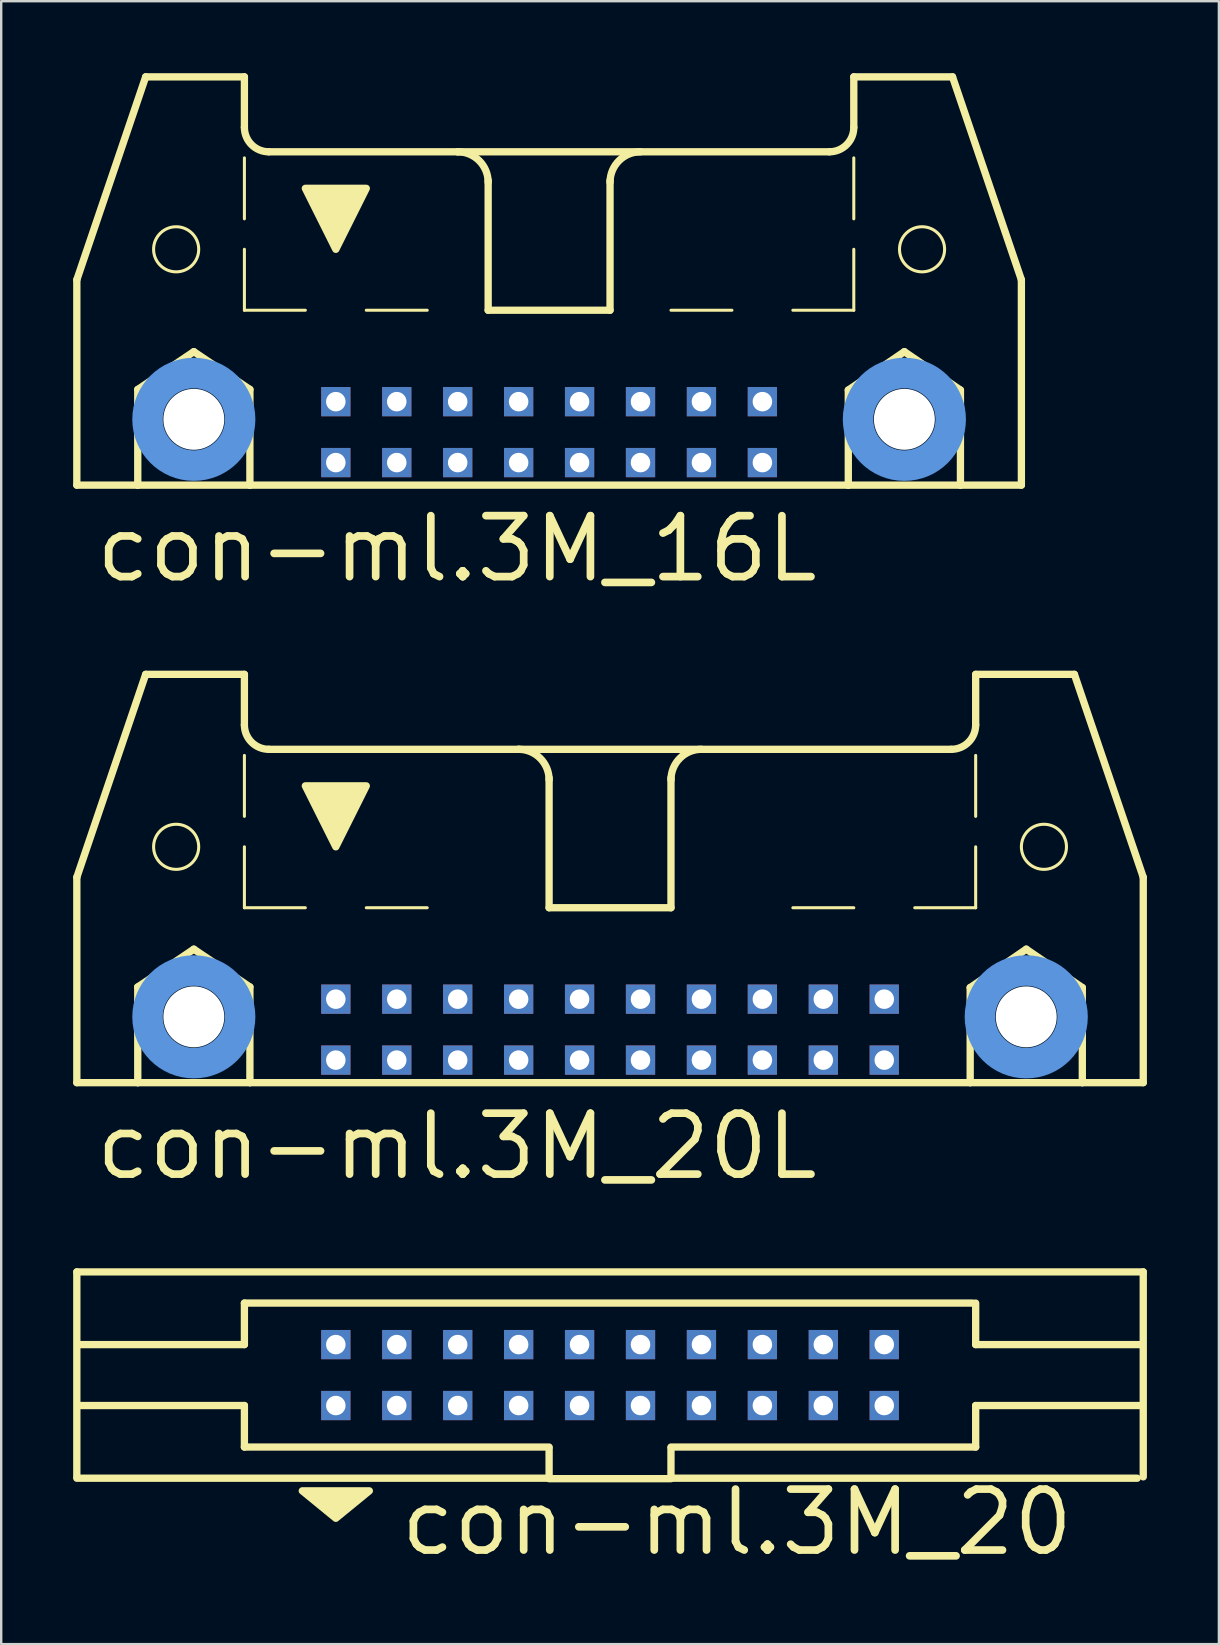
<source format=kicad_pcb>
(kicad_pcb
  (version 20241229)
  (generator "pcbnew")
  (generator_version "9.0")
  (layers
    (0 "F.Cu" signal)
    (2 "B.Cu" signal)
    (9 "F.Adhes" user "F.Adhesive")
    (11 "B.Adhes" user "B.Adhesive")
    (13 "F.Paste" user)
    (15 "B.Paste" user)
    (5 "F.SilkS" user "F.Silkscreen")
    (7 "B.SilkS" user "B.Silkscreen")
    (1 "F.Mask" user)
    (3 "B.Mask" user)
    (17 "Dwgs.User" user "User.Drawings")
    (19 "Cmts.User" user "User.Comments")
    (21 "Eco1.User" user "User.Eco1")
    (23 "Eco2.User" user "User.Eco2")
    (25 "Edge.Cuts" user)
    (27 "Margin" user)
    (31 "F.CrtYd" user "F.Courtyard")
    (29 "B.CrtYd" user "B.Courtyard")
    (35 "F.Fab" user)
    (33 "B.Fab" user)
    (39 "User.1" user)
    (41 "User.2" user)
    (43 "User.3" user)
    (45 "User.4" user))
  (footprint "con-ml.3M_20"
    (layer "F.Cu")
    (at 22.377 54.264)
    (property "Reference" "con-ml.3M_20" (at -8.89 7.62 0) (layer "F.SilkS") (effects (font (size 2.54 2.54) (thickness 0.32)) (justify left bottom)))
    (attr through_hole)
    (fp_line (start -22.225 -4.3) (end -22.225 4.242) (stroke (width 0.305) (type default)) (layer "F.SilkS"))
    (fp_line (start -22.225 4.3) (end -2.54 4.3) (stroke (width 0.305) (type default)) (layer "F.SilkS"))
    (fp_line (start -15.24 -1.27) (end -22.098 -1.27) (stroke (width 0.305) (type default)) (layer "F.SilkS"))
    (fp_line (start -15.24 -1.27) (end -15.24 -3) (stroke (width 0.305) (type default)) (layer "F.SilkS"))
    (fp_line (start -15.24 1.27) (end -22.098 1.27) (stroke (width 0.305) (type default)) (layer "F.SilkS"))
    (fp_line (start -15.24 3) (end -15.24 1.27) (stroke (width 0.305) (type default)) (layer "F.SilkS"))
    (fp_line (start -2.54 3) (end -15.24 3) (stroke (width 0.305) (type default)) (layer "F.SilkS"))
    (fp_line (start -2.54 4.3) (end -2.54 3.048) (stroke (width 0.305) (type default)) (layer "F.SilkS"))
    (fp_line (start -2.54 4.318) (end 2.54 4.318) (stroke (width 0.305) (type default)) (layer "F.SilkS"))
    (fp_line (start 2.54 3.048) (end 2.54 4.3) (stroke (width 0.305) (type default)) (layer "F.SilkS"))
    (fp_line (start 2.54 4.3) (end 21.971 4.3) (stroke (width 0.305) (type default)) (layer "F.SilkS"))
    (fp_line (start 15.113 -3) (end -15.24 -3) (stroke (width 0.305) (type default)) (layer "F.SilkS"))
    (fp_line (start 15.24 -1.27) (end 15.24 -3) (stroke (width 0.305) (type default)) (layer "F.SilkS"))
    (fp_line (start 15.24 -1.27) (end 22.098 -1.27) (stroke (width 0.305) (type default)) (layer "F.SilkS"))
    (fp_line (start 15.24 1.27) (end 22.098 1.27) (stroke (width 0.305) (type default)) (layer "F.SilkS"))
    (fp_line (start 15.24 3) (end 2.54 3) (stroke (width 0.305) (type default)) (layer "F.SilkS"))
    (fp_line (start 15.24 3) (end 15.24 1.27) (stroke (width 0.305) (type default)) (layer "F.SilkS"))
    (fp_line (start 22.225 -4.3) (end -22.225 -4.3) (stroke (width 0.305) (type default)) (layer "F.SilkS"))
    (fp_line (start 22.225 4.242) (end 22.225 -4.3) (stroke (width 0.305) (type default)) (layer "F.SilkS"))
    (fp_poly (pts (xy -12.827 4.826) (xy -10.033 4.826) (xy -11.43 5.969)) (stroke (width 0.305) (type default)) (fill yes) (layer "F.SilkS"))
    (pad "1" thru_hole rect (at -11.43 1.27) (size 1.219 1.219) (drill 0.813) (layers "*.Cu" "*.Mask"))
    (pad "2" thru_hole rect (at -11.43 -1.27) (size 1.219 1.219) (drill 0.813) (layers "*.Cu" "*.Mask"))
    (pad "3" thru_hole rect (at -8.89 1.27) (size 1.219 1.219) (drill 0.813) (layers "*.Cu" "*.Mask"))
    (pad "4" thru_hole rect (at -8.89 -1.27) (size 1.219 1.219) (drill 0.813) (layers "*.Cu" "*.Mask"))
    (pad "5" thru_hole rect (at -6.35 1.27) (size 1.219 1.219) (drill 0.813) (layers "*.Cu" "*.Mask"))
    (pad "6" thru_hole rect (at -6.35 -1.27) (size 1.219 1.219) (drill 0.813) (layers "*.Cu" "*.Mask"))
    (pad "7" thru_hole rect (at -3.81 1.27) (size 1.219 1.219) (drill 0.813) (layers "*.Cu" "*.Mask"))
    (pad "8" thru_hole rect (at -3.81 -1.27) (size 1.219 1.219) (drill 0.813) (layers "*.Cu" "*.Mask"))
    (pad "9" thru_hole rect (at -1.27 1.27) (size 1.219 1.219) (drill 0.813) (layers "*.Cu" "*.Mask"))
    (pad "10" thru_hole rect (at -1.27 -1.27) (size 1.219 1.219) (drill 0.813) (layers "*.Cu" "*.Mask"))
    (pad "11" thru_hole rect (at 1.27 1.27) (size 1.219 1.219) (drill 0.813) (layers "*.Cu" "*.Mask"))
    (pad "12" thru_hole rect (at 1.27 -1.27) (size 1.219 1.219) (drill 0.813) (layers "*.Cu" "*.Mask"))
    (pad "13" thru_hole rect (at 3.81 1.27) (size 1.219 1.219) (drill 0.813) (layers "*.Cu" "*.Mask"))
    (pad "14" thru_hole rect (at 3.81 -1.27) (size 1.219 1.219) (drill 0.813) (layers "*.Cu" "*.Mask"))
    (pad "15" thru_hole rect (at 6.35 1.27) (size 1.219 1.219) (drill 0.813) (layers "*.Cu" "*.Mask"))
    (pad "16" thru_hole rect (at 6.35 -1.27) (size 1.219 1.219) (drill 0.813) (layers "*.Cu" "*.Mask"))
    (pad "17" thru_hole rect (at 8.89 1.27) (size 1.219 1.219) (drill 0.813) (layers "*.Cu" "*.Mask"))
    (pad "18" thru_hole rect (at 8.89 -1.27) (size 1.219 1.219) (drill 0.813) (layers "*.Cu" "*.Mask"))
    (pad "19" thru_hole rect (at 11.43 1.27) (size 1.219 1.219) (drill 0.813) (layers "*.Cu" "*.Mask"))
    (pad "20" thru_hole rect (at 11.43 -1.27) (size 1.219 1.219) (drill 0.813) (layers "*.Cu" "*.Mask")))
  (footprint "con-ml.3M_16L"
    (layer "F.Cu")
    (at 19.837 11.151)
    (property "Reference" "con-ml.3M_16L" (at -19.05 10.16 0) (layer "F.SilkS") (effects (font (size 2.54 2.54) (thickness 0.32)) (justify left bottom)))
    (attr through_hole)
    (fp_line (start -19.685 -2.54) (end -19.685 6.02) (stroke (width 0.305) (type default)) (layer "F.SilkS"))
    (fp_line (start -19.685 -2.54) (end -16.815 -10.998) (stroke (width 0.305) (type default)) (layer "F.SilkS"))
    (fp_line (start -19.685 6.02) (end -17.145 6.02) (stroke (width 0.305) (type default)) (layer "F.SilkS"))
    (fp_line (start -17.145 2.032) (end -14.808 0.457) (stroke (width 0.305) (type default)) (layer "F.SilkS"))
    (fp_line (start -17.145 6.02) (end -17.145 2.032) (stroke (width 0.305) (type default)) (layer "F.SilkS"))
    (fp_line (start -17.145 6.02) (end -12.471 6.02) (stroke (width 0.305) (type default)) (layer "F.SilkS"))
    (fp_line (start -14.808 0.457) (end -12.471 2.032) (stroke (width 0.305) (type default)) (layer "F.SilkS"))
    (fp_line (start -12.7 -10.998) (end -16.815 -10.998) (stroke (width 0.305) (type default)) (layer "F.SilkS"))
    (fp_line (start -12.7 -8.89) (end -12.7 -10.998) (stroke (width 0.305) (type default)) (layer "F.SilkS"))
    (fp_line (start -12.7 -5.08) (end -12.7 -7.62) (stroke (width 0.127) (type default)) (layer "F.SilkS"))
    (fp_line (start -12.7 -1.27) (end -12.7 -3.81) (stroke (width 0.127) (type default)) (layer "F.SilkS"))
    (fp_line (start -12.7 -1.27) (end -10.16 -1.27) (stroke (width 0.127) (type default)) (layer "F.SilkS"))
    (fp_line (start -12.471 2.032) (end -12.471 6.02) (stroke (width 0.305) (type default)) (layer "F.SilkS"))
    (fp_line (start -12.471 6.02) (end 12.471 6.02) (stroke (width 0.305) (type default)) (layer "F.SilkS"))
    (fp_line (start -7.62 -1.27) (end -5.08 -1.27) (stroke (width 0.127) (type default)) (layer "F.SilkS"))
    (fp_line (start -3.81 -7.874) (end -11.684 -7.874) (stroke (width 0.305) (type default)) (layer "F.SilkS"))
    (fp_line (start -3.81 -7.874) (end 11.684 -7.874) (stroke (width 0.305) (type default)) (layer "F.SilkS"))
    (fp_line (start -2.54 -1.27) (end -2.54 -6.68) (stroke (width 0.305) (type default)) (layer "F.SilkS"))
    (fp_line (start 0 -1.27) (end 2.54 -1.27) (stroke (width 0.127) (type default)) (layer "F.SilkS"))
    (fp_line (start 2.54 -1.27) (end -2.54 -1.27) (stroke (width 0.305) (type default)) (layer "F.SilkS"))
    (fp_line (start 2.54 -1.27) (end 2.54 -6.68) (stroke (width 0.305) (type default)) (layer "F.SilkS"))
    (fp_line (start 7.62 -1.27) (end 5.08 -1.27) (stroke (width 0.127) (type default)) (layer "F.SilkS"))
    (fp_line (start 12.471 2.057) (end 14.808 0.457) (stroke (width 0.305) (type default)) (layer "F.SilkS"))
    (fp_line (start 12.471 6.02) (end 12.471 2.057) (stroke (width 0.305) (type default)) (layer "F.SilkS"))
    (fp_line (start 12.471 6.02) (end 17.145 6.02) (stroke (width 0.305) (type default)) (layer "F.SilkS"))
    (fp_line (start 12.7 -10.998) (end 16.815 -10.998) (stroke (width 0.305) (type default)) (layer "F.SilkS"))
    (fp_line (start 12.7 -8.89) (end 12.7 -10.998) (stroke (width 0.305) (type default)) (layer "F.SilkS"))
    (fp_line (start 12.7 -5.08) (end 12.7 -7.62) (stroke (width 0.127) (type default)) (layer "F.SilkS"))
    (fp_line (start 12.7 -1.27) (end 10.16 -1.27) (stroke (width 0.127) (type default)) (layer "F.SilkS"))
    (fp_line (start 12.7 -1.27) (end 12.7 -3.81) (stroke (width 0.127) (type default)) (layer "F.SilkS"))
    (fp_line (start 14.808 0.457) (end 17.145 2.057) (stroke (width 0.305) (type default)) (layer "F.SilkS"))
    (fp_line (start 17.145 2.057) (end 17.145 6.02) (stroke (width 0.305) (type default)) (layer "F.SilkS"))
    (fp_line (start 17.145 6.02) (end 19.685 6.02) (stroke (width 0.305) (type default)) (layer "F.SilkS"))
    (fp_line (start 19.685 -2.54) (end 16.815 -10.998) (stroke (width 0.305) (type default)) (layer "F.SilkS"))
    (fp_line (start 19.685 6.02) (end 19.685 -2.54) (stroke (width 0.305) (type default)) (layer "F.SilkS"))
    (fp_arc (start -11.684 -7.874) (mid -12.40242 -8.17158) (end -12.7 -8.89) (stroke (width 0.3048) (type default)) (layer "F.SilkS"))
    (fp_arc (start -3.81 -7.874) (mid -2.911974 -7.502026) (end -2.54 -6.604) (stroke (width 0.3048) (type default)) (layer "F.SilkS"))
    (fp_arc (start 2.54 -6.604) (mid 2.911974 -7.502026) (end 3.81 -7.874) (stroke (width 0.3048) (type default)) (layer "F.SilkS"))
    (fp_arc (start 12.7 -8.89) (mid 12.40242 -8.17158) (end 11.684 -7.874) (stroke (width 0.3048) (type default)) (layer "F.SilkS"))
    (fp_circle (center -15.545 -3.81) (end -14.605 -3.81) (stroke (width 0.127) (type default)) (fill no) (layer "F.SilkS"))
    (fp_circle (center 15.545 -3.81) (end 16.485 -3.81) (stroke (width 0.127) (type default)) (fill no) (layer "F.SilkS"))
    (fp_poly (pts (xy -10.16 -6.35) (xy -7.62 -6.35) (xy -8.89 -3.81)) (stroke (width 0.305) (type default)) (fill yes) (layer "F.SilkS"))
    (fp_circle (center -14.808 3.277) (end -12.878 3.277) (stroke (width 1.27) (type default)) (fill no) (layer "Cmts.User"))
    (fp_circle (center 14.808 3.277) (end 16.739 3.277) (stroke (width 1.27) (type default)) (fill no) (layer "Cmts.User"))
    (pad "" np_thru_hole circle (at -14.808 3.277) (size 2.54 2.54) (drill 2.54) (layers "*.Cu" "*.Mask"))
    (pad "" np_thru_hole circle (at 14.808 3.277) (size 2.54 2.54) (drill 2.54) (layers "*.Cu" "*.Mask"))
    (pad "1" thru_hole rect (at -8.89 5.08) (size 1.219 1.219) (drill 0.813) (layers "*.Cu" "*.Mask"))
    (pad "2" thru_hole rect (at -8.89 2.54) (size 1.219 1.219) (drill 0.813) (layers "*.Cu" "*.Mask"))
    (pad "3" thru_hole rect (at -6.35 5.08) (size 1.219 1.219) (drill 0.813) (layers "*.Cu" "*.Mask"))
    (pad "4" thru_hole rect (at -6.35 2.54) (size 1.219 1.219) (drill 0.813) (layers "*.Cu" "*.Mask"))
    (pad "5" thru_hole rect (at -3.81 5.08) (size 1.219 1.219) (drill 0.813) (layers "*.Cu" "*.Mask"))
    (pad "6" thru_hole rect (at -3.81 2.54) (size 1.219 1.219) (drill 0.813) (layers "*.Cu" "*.Mask"))
    (pad "7" thru_hole rect (at -1.27 5.08) (size 1.219 1.219) (drill 0.813) (layers "*.Cu" "*.Mask"))
    (pad "8" thru_hole rect (at -1.27 2.54) (size 1.219 1.219) (drill 0.813) (layers "*.Cu" "*.Mask"))
    (pad "9" thru_hole rect (at 1.27 5.08) (size 1.219 1.219) (drill 0.813) (layers "*.Cu" "*.Mask"))
    (pad "10" thru_hole rect (at 1.27 2.54) (size 1.219 1.219) (drill 0.813) (layers "*.Cu" "*.Mask"))
    (pad "11" thru_hole rect (at 3.81 5.08) (size 1.219 1.219) (drill 0.813) (layers "*.Cu" "*.Mask"))
    (pad "12" thru_hole rect (at 3.81 2.54) (size 1.219 1.219) (drill 0.813) (layers "*.Cu" "*.Mask"))
    (pad "13" thru_hole rect (at 6.35 5.08) (size 1.219 1.219) (drill 0.813) (layers "*.Cu" "*.Mask"))
    (pad "14" thru_hole rect (at 6.35 2.54) (size 1.219 1.219) (drill 0.813) (layers "*.Cu" "*.Mask"))
    (pad "15" thru_hole rect (at 8.89 5.08) (size 1.219 1.219) (drill 0.813) (layers "*.Cu" "*.Mask"))
    (pad "16" thru_hole rect (at 8.89 2.54) (size 1.219 1.219) (drill 0.813) (layers "*.Cu" "*.Mask")))
  (footprint "con-ml.3M_20L"
    (layer "F.Cu")
    (at 22.377 36.056)
    (property "Reference" "con-ml.3M_20L" (at -21.59 10.16 0) (layer "F.SilkS") (effects (font (size 2.54 2.54) (thickness 0.32)) (justify left bottom)))
    (attr through_hole)
    (fp_line (start -22.225 -2.54) (end -22.225 6.02) (stroke (width 0.305) (type default)) (layer "F.SilkS"))
    (fp_line (start -22.225 -2.54) (end -19.355 -10.998) (stroke (width 0.305) (type default)) (layer "F.SilkS"))
    (fp_line (start -22.225 6.02) (end -19.685 6.02) (stroke (width 0.305) (type default)) (layer "F.SilkS"))
    (fp_line (start -19.685 2.032) (end -17.348 0.457) (stroke (width 0.305) (type default)) (layer "F.SilkS"))
    (fp_line (start -19.685 6.02) (end -19.685 2.032) (stroke (width 0.305) (type default)) (layer "F.SilkS"))
    (fp_line (start -19.685 6.02) (end -15.011 6.02) (stroke (width 0.305) (type default)) (layer "F.SilkS"))
    (fp_line (start -17.348 0.457) (end -15.011 2.032) (stroke (width 0.305) (type default)) (layer "F.SilkS"))
    (fp_line (start -15.24 -10.998) (end -19.355 -10.998) (stroke (width 0.305) (type default)) (layer "F.SilkS"))
    (fp_line (start -15.24 -8.89) (end -15.24 -10.998) (stroke (width 0.305) (type default)) (layer "F.SilkS"))
    (fp_line (start -15.24 -5.08) (end -15.24 -7.62) (stroke (width 0.127) (type default)) (layer "F.SilkS"))
    (fp_line (start -15.24 -1.27) (end -15.24 -3.81) (stroke (width 0.127) (type default)) (layer "F.SilkS"))
    (fp_line (start -15.24 -1.27) (end -12.7 -1.27) (stroke (width 0.127) (type default)) (layer "F.SilkS"))
    (fp_line (start -15.011 2.032) (end -15.011 6.02) (stroke (width 0.305) (type default)) (layer "F.SilkS"))
    (fp_line (start -15.011 6.02) (end 15.011 6.02) (stroke (width 0.305) (type default)) (layer "F.SilkS"))
    (fp_line (start -10.16 -1.27) (end -7.62 -1.27) (stroke (width 0.127) (type default)) (layer "F.SilkS"))
    (fp_line (start -3.81 -7.874) (end -14.224 -7.874) (stroke (width 0.305) (type default)) (layer "F.SilkS"))
    (fp_line (start -3.81 -7.874) (end 14.224 -7.874) (stroke (width 0.305) (type default)) (layer "F.SilkS"))
    (fp_line (start -2.54 -1.27) (end -2.54 -6.68) (stroke (width 0.305) (type default)) (layer "F.SilkS"))
    (fp_line (start 0 -1.27) (end 2.54 -1.27) (stroke (width 0.127) (type default)) (layer "F.SilkS"))
    (fp_line (start 2.54 -1.27) (end -2.54 -1.27) (stroke (width 0.305) (type default)) (layer "F.SilkS"))
    (fp_line (start 2.54 -1.27) (end 2.54 -6.68) (stroke (width 0.305) (type default)) (layer "F.SilkS"))
    (fp_line (start 10.16 -1.27) (end 7.62 -1.27) (stroke (width 0.127) (type default)) (layer "F.SilkS"))
    (fp_line (start 15.011 2.057) (end 17.348 0.457) (stroke (width 0.305) (type default)) (layer "F.SilkS"))
    (fp_line (start 15.011 6.02) (end 15.011 2.057) (stroke (width 0.305) (type default)) (layer "F.SilkS"))
    (fp_line (start 15.011 6.02) (end 19.685 6.02) (stroke (width 0.305) (type default)) (layer "F.SilkS"))
    (fp_line (start 15.24 -10.998) (end 19.355 -10.998) (stroke (width 0.305) (type default)) (layer "F.SilkS"))
    (fp_line (start 15.24 -8.89) (end 15.24 -10.998) (stroke (width 0.305) (type default)) (layer "F.SilkS"))
    (fp_line (start 15.24 -5.08) (end 15.24 -7.62) (stroke (width 0.127) (type default)) (layer "F.SilkS"))
    (fp_line (start 15.24 -1.27) (end 12.7 -1.27) (stroke (width 0.127) (type default)) (layer "F.SilkS"))
    (fp_line (start 15.24 -1.27) (end 15.24 -3.81) (stroke (width 0.127) (type default)) (layer "F.SilkS"))
    (fp_line (start 17.348 0.457) (end 19.685 2.057) (stroke (width 0.305) (type default)) (layer "F.SilkS"))
    (fp_line (start 19.685 2.057) (end 19.685 6.02) (stroke (width 0.305) (type default)) (layer "F.SilkS"))
    (fp_line (start 19.685 6.02) (end 22.225 6.02) (stroke (width 0.305) (type default)) (layer "F.SilkS"))
    (fp_line (start 22.225 -2.54) (end 19.355 -10.998) (stroke (width 0.305) (type default)) (layer "F.SilkS"))
    (fp_line (start 22.225 6.02) (end 22.225 -2.54) (stroke (width 0.305) (type default)) (layer "F.SilkS"))
    (fp_arc (start -14.224 -7.874) (mid -14.94242 -8.17158) (end -15.24 -8.89) (stroke (width 0.3048) (type default)) (layer "F.SilkS"))
    (fp_arc (start -3.81 -7.874) (mid -2.911974 -7.502026) (end -2.54 -6.604) (stroke (width 0.3048) (type default)) (layer "F.SilkS"))
    (fp_arc (start 2.54 -6.604) (mid 2.911974 -7.502026) (end 3.81 -7.874) (stroke (width 0.3048) (type default)) (layer "F.SilkS"))
    (fp_arc (start 15.24 -8.89) (mid 14.94242 -8.17158) (end 14.224 -7.874) (stroke (width 0.3048) (type default)) (layer "F.SilkS"))
    (fp_circle (center -18.085 -3.81) (end -17.145 -3.81) (stroke (width 0.127) (type default)) (fill no) (layer "F.SilkS"))
    (fp_circle (center 18.085 -3.81) (end 19.025 -3.81) (stroke (width 0.127) (type default)) (fill no) (layer "F.SilkS"))
    (fp_poly (pts (xy -12.7 -6.35) (xy -10.16 -6.35) (xy -11.43 -3.81)) (stroke (width 0.305) (type default)) (fill yes) (layer "F.SilkS"))
    (fp_circle (center -17.348 3.277) (end -15.418 3.277) (stroke (width 1.27) (type default)) (fill no) (layer "Cmts.User"))
    (fp_circle (center 17.348 3.277) (end 19.279 3.277) (stroke (width 1.27) (type default)) (fill no) (layer "Cmts.User"))
    (pad "" np_thru_hole circle (at -17.348 3.277) (size 2.54 2.54) (drill 2.54) (layers "*.Cu" "*.Mask"))
    (pad "" np_thru_hole circle (at 17.348 3.277) (size 2.54 2.54) (drill 2.54) (layers "*.Cu" "*.Mask"))
    (pad "1" thru_hole rect (at -11.43 5.08) (size 1.219 1.219) (drill 0.813) (layers "*.Cu" "*.Mask"))
    (pad "2" thru_hole rect (at -11.43 2.54) (size 1.219 1.219) (drill 0.813) (layers "*.Cu" "*.Mask"))
    (pad "3" thru_hole rect (at -8.89 5.08) (size 1.219 1.219) (drill 0.813) (layers "*.Cu" "*.Mask"))
    (pad "4" thru_hole rect (at -8.89 2.54) (size 1.219 1.219) (drill 0.813) (layers "*.Cu" "*.Mask"))
    (pad "5" thru_hole rect (at -6.35 5.08) (size 1.219 1.219) (drill 0.813) (layers "*.Cu" "*.Mask"))
    (pad "6" thru_hole rect (at -6.35 2.54) (size 1.219 1.219) (drill 0.813) (layers "*.Cu" "*.Mask"))
    (pad "7" thru_hole rect (at -3.81 5.08) (size 1.219 1.219) (drill 0.813) (layers "*.Cu" "*.Mask"))
    (pad "8" thru_hole rect (at -3.81 2.54) (size 1.219 1.219) (drill 0.813) (layers "*.Cu" "*.Mask"))
    (pad "9" thru_hole rect (at -1.27 5.08) (size 1.219 1.219) (drill 0.813) (layers "*.Cu" "*.Mask"))
    (pad "10" thru_hole rect (at -1.27 2.54) (size 1.219 1.219) (drill 0.813) (layers "*.Cu" "*.Mask"))
    (pad "11" thru_hole rect (at 1.27 5.08) (size 1.219 1.219) (drill 0.813) (layers "*.Cu" "*.Mask"))
    (pad "12" thru_hole rect (at 1.27 2.54) (size 1.219 1.219) (drill 0.813) (layers "*.Cu" "*.Mask"))
    (pad "13" thru_hole rect (at 3.81 5.08) (size 1.219 1.219) (drill 0.813) (layers "*.Cu" "*.Mask"))
    (pad "14" thru_hole rect (at 3.81 2.54) (size 1.219 1.219) (drill 0.813) (layers "*.Cu" "*.Mask"))
    (pad "15" thru_hole rect (at 6.35 5.08) (size 1.219 1.219) (drill 0.813) (layers "*.Cu" "*.Mask"))
    (pad "16" thru_hole rect (at 6.35 2.54) (size 1.219 1.219) (drill 0.813) (layers "*.Cu" "*.Mask"))
    (pad "17" thru_hole rect (at 8.89 5.08) (size 1.219 1.219) (drill 0.813) (layers "*.Cu" "*.Mask"))
    (pad "18" thru_hole rect (at 8.89 2.54) (size 1.219 1.219) (drill 0.813) (layers "*.Cu" "*.Mask"))
    (pad "19" thru_hole rect (at 11.43 5.08) (size 1.219 1.219) (drill 0.813) (layers "*.Cu" "*.Mask"))
    (pad "20" thru_hole rect (at 11.43 2.54) (size 1.219 1.219) (drill 0.813) (layers "*.Cu" "*.Mask")))
  (gr_rect
    (start -3 -3)
    (end 47.755 65.479)
    (stroke (width 0.1) (type default))
    (fill no)
    (layer "Edge.Cuts")))
</source>
